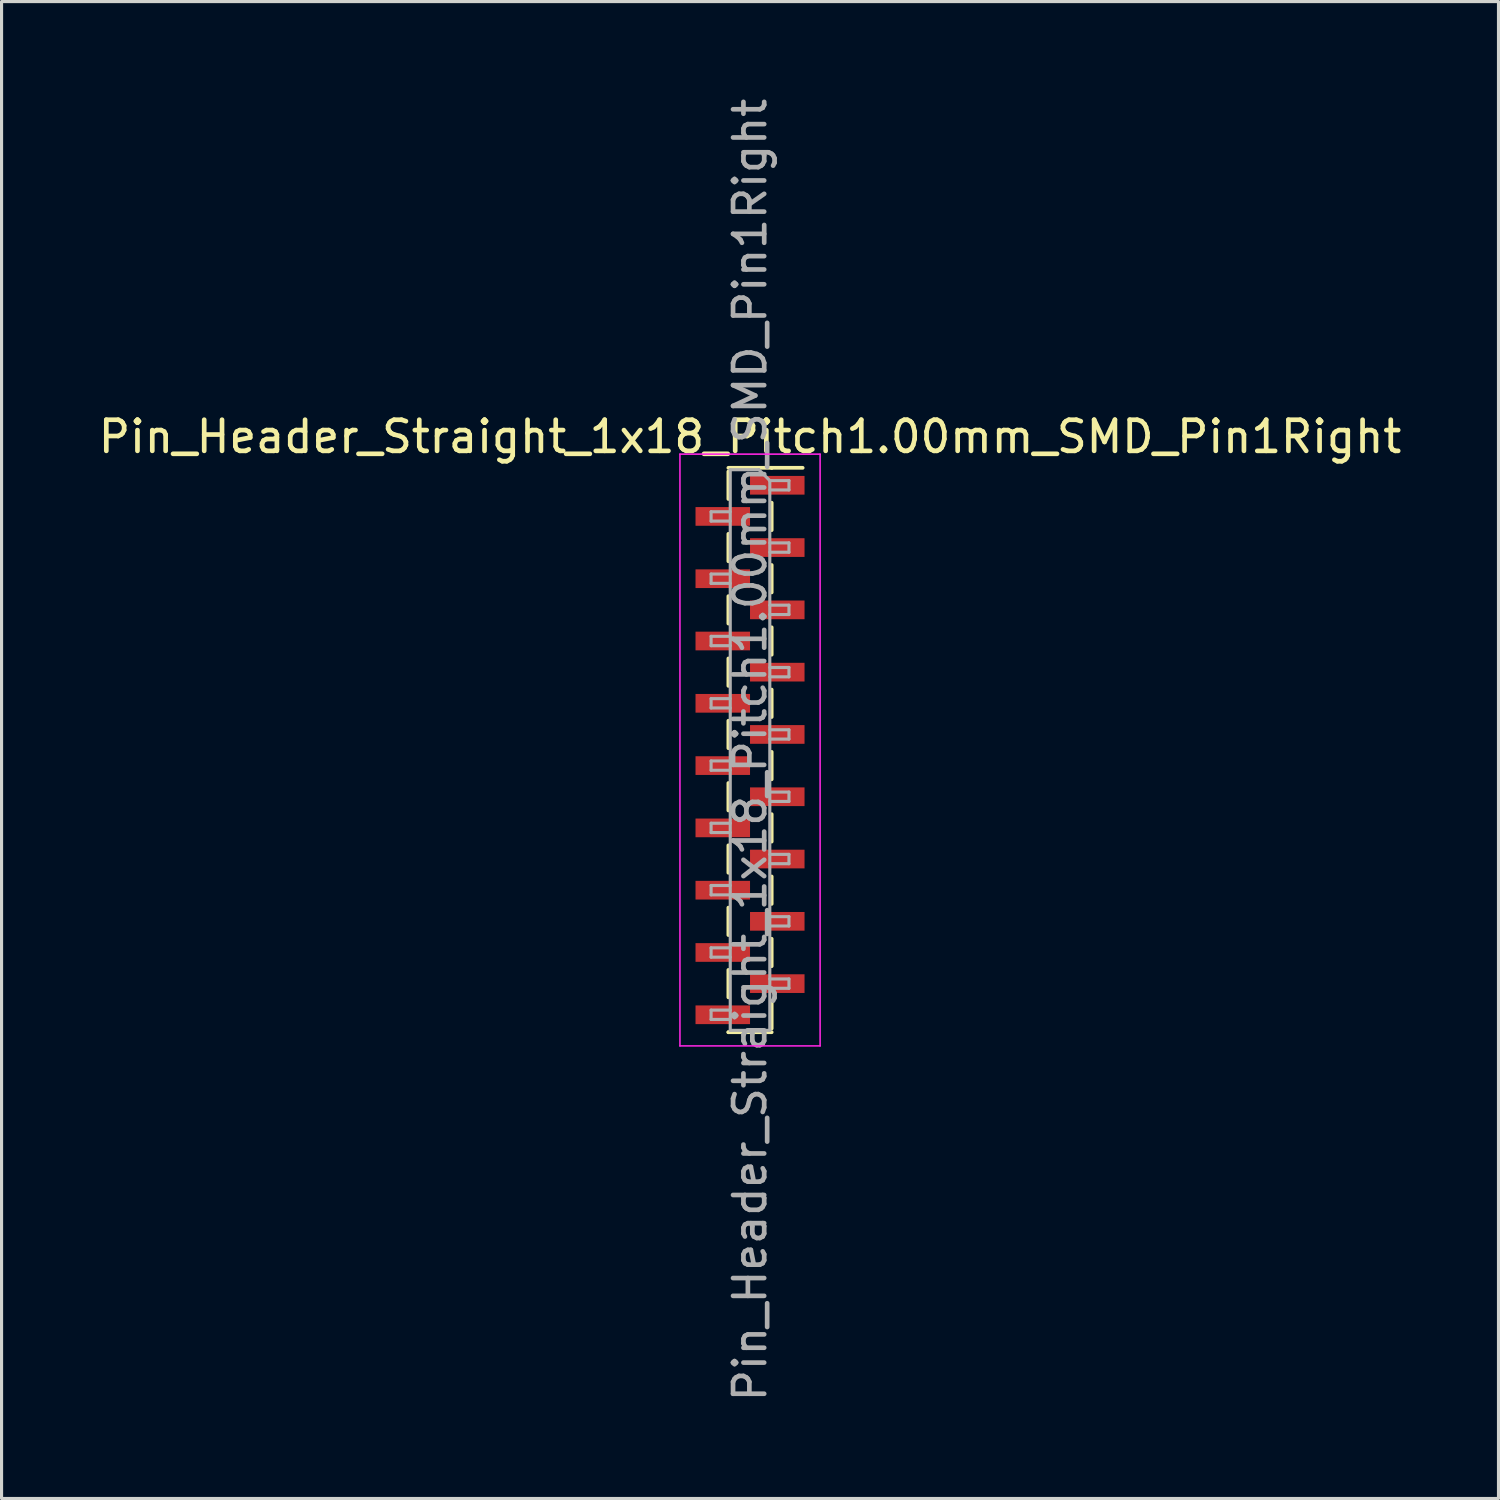
<source format=kicad_pcb>
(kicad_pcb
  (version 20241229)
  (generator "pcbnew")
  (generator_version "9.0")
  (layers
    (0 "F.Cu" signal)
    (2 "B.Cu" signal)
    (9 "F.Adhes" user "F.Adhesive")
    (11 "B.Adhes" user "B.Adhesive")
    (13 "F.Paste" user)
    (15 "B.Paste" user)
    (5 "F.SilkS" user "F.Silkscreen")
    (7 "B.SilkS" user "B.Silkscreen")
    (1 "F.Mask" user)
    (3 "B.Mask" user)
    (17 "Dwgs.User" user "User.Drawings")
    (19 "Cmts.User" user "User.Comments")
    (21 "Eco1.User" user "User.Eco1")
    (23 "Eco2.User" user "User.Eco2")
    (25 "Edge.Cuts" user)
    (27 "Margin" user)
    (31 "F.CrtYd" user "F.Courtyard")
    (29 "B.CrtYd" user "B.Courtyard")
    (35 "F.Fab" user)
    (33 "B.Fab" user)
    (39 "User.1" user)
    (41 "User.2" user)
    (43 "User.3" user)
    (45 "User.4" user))
  (footprint "Pin_Header_Straight_1x18_Pitch1.00mm_SMD_Pin1Right"
    (layer "F.Cu")
    (at 21.03 21.03)
    (property "Reference" "Pin_Header_Straight_1x18_Pitch1.00mm_SMD_Pin1Right" (at 0 -10.06 0) (layer "F.SilkS") (effects (font (size 1 1) (thickness 0.15))))
    (attr smd)
    (fp_line (start -0.695 -9.06) (end 0.695 -9.06) (stroke (width 0.12) (type solid)) (layer "F.SilkS"))
    (fp_line (start -0.695 -8.94) (end -0.695 -8.06) (stroke (width 0.12) (type solid)) (layer "F.SilkS"))
    (fp_line (start -0.695 -6.94) (end -0.695 -6.06) (stroke (width 0.12) (type solid)) (layer "F.SilkS"))
    (fp_line (start -0.695 -4.94) (end -0.695 -4.06) (stroke (width 0.12) (type solid)) (layer "F.SilkS"))
    (fp_line (start -0.695 -2.94) (end -0.695 -2.06) (stroke (width 0.12) (type solid)) (layer "F.SilkS"))
    (fp_line (start -0.695 -0.94) (end -0.695 -0.06) (stroke (width 0.12) (type solid)) (layer "F.SilkS"))
    (fp_line (start -0.695 1.06) (end -0.695 1.94) (stroke (width 0.12) (type solid)) (layer "F.SilkS"))
    (fp_line (start -0.695 3.06) (end -0.695 3.94) (stroke (width 0.12) (type solid)) (layer "F.SilkS"))
    (fp_line (start -0.695 5.06) (end -0.695 5.94) (stroke (width 0.12) (type solid)) (layer "F.SilkS"))
    (fp_line (start -0.695 7.06) (end -0.695 7.94) (stroke (width 0.12) (type solid)) (layer "F.SilkS"))
    (fp_line (start -0.695 9.06) (end -0.695 9.06) (stroke (width 0.12) (type solid)) (layer "F.SilkS"))
    (fp_line (start -0.695 9.06) (end 0.695 9.06) (stroke (width 0.12) (type solid)) (layer "F.SilkS"))
    (fp_line (start 0.695 -9.06) (end 0.695 -9.06) (stroke (width 0.12) (type solid)) (layer "F.SilkS"))
    (fp_line (start 0.695 -9.06) (end 1.69 -9.06) (stroke (width 0.12) (type solid)) (layer "F.SilkS"))
    (fp_line (start 0.695 -7.94) (end 0.695 -7.06) (stroke (width 0.12) (type solid)) (layer "F.SilkS"))
    (fp_line (start 0.695 -5.94) (end 0.695 -5.06) (stroke (width 0.12) (type solid)) (layer "F.SilkS"))
    (fp_line (start 0.695 -3.94) (end 0.695 -3.06) (stroke (width 0.12) (type solid)) (layer "F.SilkS"))
    (fp_line (start 0.695 -1.94) (end 0.695 -1.06) (stroke (width 0.12) (type solid)) (layer "F.SilkS"))
    (fp_line (start 0.695 0.06) (end 0.695 0.94) (stroke (width 0.12) (type solid)) (layer "F.SilkS"))
    (fp_line (start 0.695 2.06) (end 0.695 2.94) (stroke (width 0.12) (type solid)) (layer "F.SilkS"))
    (fp_line (start 0.695 4.06) (end 0.695 4.94) (stroke (width 0.12) (type solid)) (layer "F.SilkS"))
    (fp_line (start 0.695 6.06) (end 0.695 6.94) (stroke (width 0.12) (type solid)) (layer "F.SilkS"))
    (fp_line (start 0.695 8.06) (end 0.695 8.94) (stroke (width 0.12) (type solid)) (layer "F.SilkS"))
    (fp_line (start -2.25 -9.5) (end -2.25 9.5) (stroke (width 0.05) (type solid)) (layer "F.CrtYd"))
    (fp_line (start -2.25 9.5) (end 2.25 9.5) (stroke (width 0.05) (type solid)) (layer "F.CrtYd"))
    (fp_line (start 2.25 -9.5) (end -2.25 -9.5) (stroke (width 0.05) (type solid)) (layer "F.CrtYd"))
    (fp_line (start 2.25 9.5) (end 2.25 -9.5) (stroke (width 0.05) (type solid)) (layer "F.CrtYd"))
    (fp_line (start -1.25 -7.65) (end -1.25 -7.35) (stroke (width 0.1) (type solid)) (layer "F.Fab"))
    (fp_line (start -1.25 -7.35) (end -0.635 -7.35) (stroke (width 0.1) (type solid)) (layer "F.Fab"))
    (fp_line (start -1.25 -5.65) (end -1.25 -5.35) (stroke (width 0.1) (type solid)) (layer "F.Fab"))
    (fp_line (start -1.25 -5.35) (end -0.635 -5.35) (stroke (width 0.1) (type solid)) (layer "F.Fab"))
    (fp_line (start -1.25 -3.65) (end -1.25 -3.35) (stroke (width 0.1) (type solid)) (layer "F.Fab"))
    (fp_line (start -1.25 -3.35) (end -0.635 -3.35) (stroke (width 0.1) (type solid)) (layer "F.Fab"))
    (fp_line (start -1.25 -1.65) (end -1.25 -1.35) (stroke (width 0.1) (type solid)) (layer "F.Fab"))
    (fp_line (start -1.25 -1.35) (end -0.635 -1.35) (stroke (width 0.1) (type solid)) (layer "F.Fab"))
    (fp_line (start -1.25 0.35) (end -1.25 0.65) (stroke (width 0.1) (type solid)) (layer "F.Fab"))
    (fp_line (start -1.25 0.65) (end -0.635 0.65) (stroke (width 0.1) (type solid)) (layer "F.Fab"))
    (fp_line (start -1.25 2.35) (end -1.25 2.65) (stroke (width 0.1) (type solid)) (layer "F.Fab"))
    (fp_line (start -1.25 2.65) (end -0.635 2.65) (stroke (width 0.1) (type solid)) (layer "F.Fab"))
    (fp_line (start -1.25 4.35) (end -1.25 4.65) (stroke (width 0.1) (type solid)) (layer "F.Fab"))
    (fp_line (start -1.25 4.65) (end -0.635 4.65) (stroke (width 0.1) (type solid)) (layer "F.Fab"))
    (fp_line (start -1.25 6.35) (end -1.25 6.65) (stroke (width 0.1) (type solid)) (layer "F.Fab"))
    (fp_line (start -1.25 6.65) (end -0.635 6.65) (stroke (width 0.1) (type solid)) (layer "F.Fab"))
    (fp_line (start -1.25 8.35) (end -1.25 8.65) (stroke (width 0.1) (type solid)) (layer "F.Fab"))
    (fp_line (start -1.25 8.65) (end -0.635 8.65) (stroke (width 0.1) (type solid)) (layer "F.Fab"))
    (fp_line (start -0.635 -9) (end -0.635 9) (stroke (width 0.1) (type solid)) (layer "F.Fab"))
    (fp_line (start -0.635 -9) (end 0.285 -9) (stroke (width 0.1) (type solid)) (layer "F.Fab"))
    (fp_line (start -0.635 -7.65) (end -1.25 -7.65) (stroke (width 0.1) (type solid)) (layer "F.Fab"))
    (fp_line (start -0.635 -5.65) (end -1.25 -5.65) (stroke (width 0.1) (type solid)) (layer "F.Fab"))
    (fp_line (start -0.635 -3.65) (end -1.25 -3.65) (stroke (width 0.1) (type solid)) (layer "F.Fab"))
    (fp_line (start -0.635 -1.65) (end -1.25 -1.65) (stroke (width 0.1) (type solid)) (layer "F.Fab"))
    (fp_line (start -0.635 0.35) (end -1.25 0.35) (stroke (width 0.1) (type solid)) (layer "F.Fab"))
    (fp_line (start -0.635 2.35) (end -1.25 2.35) (stroke (width 0.1) (type solid)) (layer "F.Fab"))
    (fp_line (start -0.635 4.35) (end -1.25 4.35) (stroke (width 0.1) (type solid)) (layer "F.Fab"))
    (fp_line (start -0.635 6.35) (end -1.25 6.35) (stroke (width 0.1) (type solid)) (layer "F.Fab"))
    (fp_line (start -0.635 8.35) (end -1.25 8.35) (stroke (width 0.1) (type solid)) (layer "F.Fab"))
    (fp_line (start 0.635 -8.65) (end 0.285 -9) (stroke (width 0.1) (type solid)) (layer "F.Fab"))
    (fp_line (start 0.635 -8.65) (end 1.25 -8.65) (stroke (width 0.1) (type solid)) (layer "F.Fab"))
    (fp_line (start 0.635 -6.65) (end 1.25 -6.65) (stroke (width 0.1) (type solid)) (layer "F.Fab"))
    (fp_line (start 0.635 -4.65) (end 1.25 -4.65) (stroke (width 0.1) (type solid)) (layer "F.Fab"))
    (fp_line (start 0.635 -2.65) (end 1.25 -2.65) (stroke (width 0.1) (type solid)) (layer "F.Fab"))
    (fp_line (start 0.635 -0.65) (end 1.25 -0.65) (stroke (width 0.1) (type solid)) (layer "F.Fab"))
    (fp_line (start 0.635 1.35) (end 1.25 1.35) (stroke (width 0.1) (type solid)) (layer "F.Fab"))
    (fp_line (start 0.635 3.35) (end 1.25 3.35) (stroke (width 0.1) (type solid)) (layer "F.Fab"))
    (fp_line (start 0.635 5.35) (end 1.25 5.35) (stroke (width 0.1) (type solid)) (layer "F.Fab"))
    (fp_line (start 0.635 7.35) (end 1.25 7.35) (stroke (width 0.1) (type solid)) (layer "F.Fab"))
    (fp_line (start 0.635 9) (end -0.635 9) (stroke (width 0.1) (type solid)) (layer "F.Fab"))
    (fp_line (start 0.635 9) (end 0.635 -8.65) (stroke (width 0.1) (type solid)) (layer "F.Fab"))
    (fp_line (start 1.25 -8.65) (end 1.25 -8.35) (stroke (width 0.1) (type solid)) (layer "F.Fab"))
    (fp_line (start 1.25 -8.35) (end 0.635 -8.35) (stroke (width 0.1) (type solid)) (layer "F.Fab"))
    (fp_line (start 1.25 -6.65) (end 1.25 -6.35) (stroke (width 0.1) (type solid)) (layer "F.Fab"))
    (fp_line (start 1.25 -6.35) (end 0.635 -6.35) (stroke (width 0.1) (type solid)) (layer "F.Fab"))
    (fp_line (start 1.25 -4.65) (end 1.25 -4.35) (stroke (width 0.1) (type solid)) (layer "F.Fab"))
    (fp_line (start 1.25 -4.35) (end 0.635 -4.35) (stroke (width 0.1) (type solid)) (layer "F.Fab"))
    (fp_line (start 1.25 -2.65) (end 1.25 -2.35) (stroke (width 0.1) (type solid)) (layer "F.Fab"))
    (fp_line (start 1.25 -2.35) (end 0.635 -2.35) (stroke (width 0.1) (type solid)) (layer "F.Fab"))
    (fp_line (start 1.25 -0.65) (end 1.25 -0.35) (stroke (width 0.1) (type solid)) (layer "F.Fab"))
    (fp_line (start 1.25 -0.35) (end 0.635 -0.35) (stroke (width 0.1) (type solid)) (layer "F.Fab"))
    (fp_line (start 1.25 1.35) (end 1.25 1.65) (stroke (width 0.1) (type solid)) (layer "F.Fab"))
    (fp_line (start 1.25 1.65) (end 0.635 1.65) (stroke (width 0.1) (type solid)) (layer "F.Fab"))
    (fp_line (start 1.25 3.35) (end 1.25 3.65) (stroke (width 0.1) (type solid)) (layer "F.Fab"))
    (fp_line (start 1.25 3.65) (end 0.635 3.65) (stroke (width 0.1) (type solid)) (layer "F.Fab"))
    (fp_line (start 1.25 5.35) (end 1.25 5.65) (stroke (width 0.1) (type solid)) (layer "F.Fab"))
    (fp_line (start 1.25 5.65) (end 0.635 5.65) (stroke (width 0.1) (type solid)) (layer "F.Fab"))
    (fp_line (start 1.25 7.35) (end 1.25 7.65) (stroke (width 0.1) (type solid)) (layer "F.Fab"))
    (fp_line (start 1.25 7.65) (end 0.635 7.65) (stroke (width 0.1) (type solid)) (layer "F.Fab"))
    (fp_text user "${REFERENCE}" (at 0 0 90) (layer "F.Fab") (effects (font (size 1 1) (thickness 0.15))))
    (pad "1" smd rect (at 0.875 -8.5) (size 1.75 0.6) (layers "F.Cu" "F.Mask" "F.Paste"))
    (pad "2" smd rect (at -0.875 -7.5) (size 1.75 0.6) (layers "F.Cu" "F.Mask" "F.Paste"))
    (pad "3" smd rect (at 0.875 -6.5) (size 1.75 0.6) (layers "F.Cu" "F.Mask" "F.Paste"))
    (pad "4" smd rect (at -0.875 -5.5) (size 1.75 0.6) (layers "F.Cu" "F.Mask" "F.Paste"))
    (pad "5" smd rect (at 0.875 -4.5) (size 1.75 0.6) (layers "F.Cu" "F.Mask" "F.Paste"))
    (pad "6" smd rect (at -0.875 -3.5) (size 1.75 0.6) (layers "F.Cu" "F.Mask" "F.Paste"))
    (pad "7" smd rect (at 0.875 -2.5) (size 1.75 0.6) (layers "F.Cu" "F.Mask" "F.Paste"))
    (pad "8" smd rect (at -0.875 -1.5) (size 1.75 0.6) (layers "F.Cu" "F.Mask" "F.Paste"))
    (pad "9" smd rect (at 0.875 -0.5) (size 1.75 0.6) (layers "F.Cu" "F.Mask" "F.Paste"))
    (pad "10" smd rect (at -0.875 0.5) (size 1.75 0.6) (layers "F.Cu" "F.Mask" "F.Paste"))
    (pad "11" smd rect (at 0.875 1.5) (size 1.75 0.6) (layers "F.Cu" "F.Mask" "F.Paste"))
    (pad "12" smd rect (at -0.875 2.5) (size 1.75 0.6) (layers "F.Cu" "F.Mask" "F.Paste"))
    (pad "13" smd rect (at 0.875 3.5) (size 1.75 0.6) (layers "F.Cu" "F.Mask" "F.Paste"))
    (pad "14" smd rect (at -0.875 4.5) (size 1.75 0.6) (layers "F.Cu" "F.Mask" "F.Paste"))
    (pad "15" smd rect (at 0.875 5.5) (size 1.75 0.6) (layers "F.Cu" "F.Mask" "F.Paste"))
    (pad "16" smd rect (at -0.875 6.5) (size 1.75 0.6) (layers "F.Cu" "F.Mask" "F.Paste"))
    (pad "17" smd rect (at 0.875 7.5) (size 1.75 0.6) (layers "F.Cu" "F.Mask" "F.Paste"))
    (pad "18" smd rect (at -0.875 8.5) (size 1.75 0.6) (layers "F.Cu" "F.Mask" "F.Paste")))
  (gr_rect
    (start -3 -3)
    (end 45.06 45.06)
    (stroke (width 0.1) (type default))
    (fill no)
    (layer "Edge.Cuts")))
</source>
